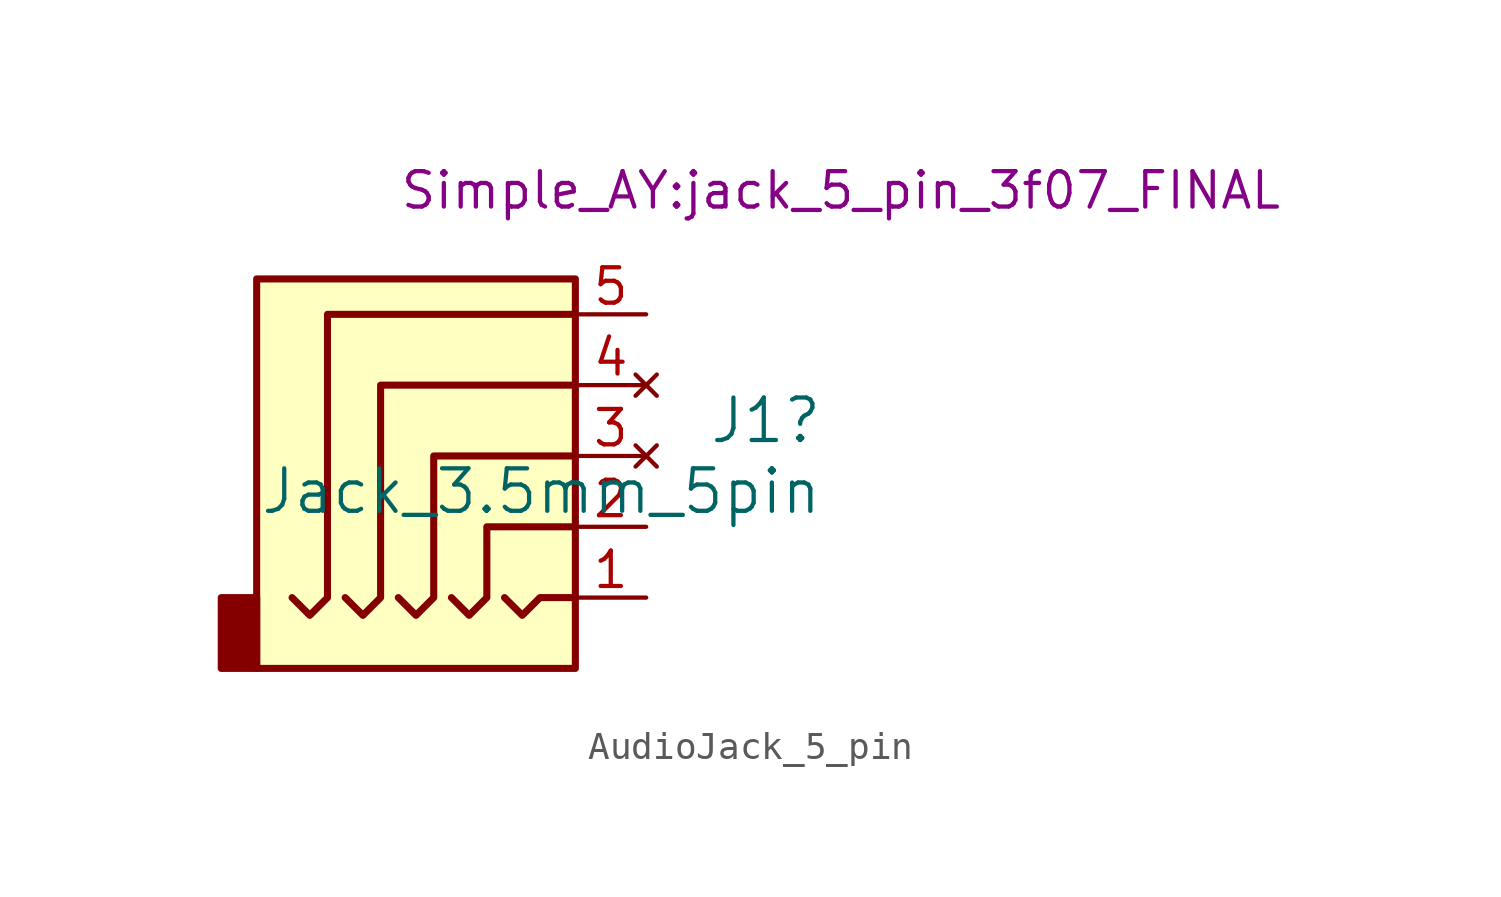
<source format=kicad_sym>
(kicad_symbol_lib
  (version 20220914)
  (generator kicad_symbol_editor)
  (symbol "AudioJack_5_pin"
    (property "Reference" "J1"
      (at 11.43 1.27 0)
      (effects (font (size 1.524 1.524)) (justify right)))
    (property "Value" "Jack_3.5mm_5pin"
      (at 11.43 -1.27 0)
      (effects (font (size 1.524 1.524)) (justify right)))
    (property "Footprint" "Simple_AY:jack_5_pin_3f07_FINAL"
      (at 12.065 9.525 0)
      (effects (font (size 1.27 1.27))))
    (symbol "AudioJack_5_pin_0_1"
      (rectangle (start -8.89 -5.08) (end -10.16 -7.62) (stroke (width 0.254) (type default)) (fill (type outline)))
      (polyline (pts (xy 0 -5.08) (xy 0.635 -5.715) (xy 1.27 -5.08) (xy 2.54 -5.08)) (stroke (width 0.254) (type default)) (fill (type none)))
      (polyline (pts (xy -5.715 -5.08) (xy -5.08 -5.715) (xy -4.445 -5.08) (xy -4.445 2.54) (xy 2.54 2.54)) (stroke (width 0.254) (type default)) (fill (type none)))
      (polyline (pts (xy -1.905 -5.08) (xy -1.27 -5.715) (xy -0.635 -5.08) (xy -0.635 -2.54) (xy 2.54 -2.54)) (stroke (width 0.254) (type default)) (fill (type none)))
      (polyline (pts (xy 2.54 0) (xy -2.54 0) (xy -2.54 -5.08) (xy -3.175 -5.715) (xy -3.81 -5.08)) (stroke (width 0.254) (type default)) (fill (type none)))
      (polyline (pts (xy 2.54 5.08) (xy -6.35 5.08) (xy -6.35 -5.08) (xy -6.985 -5.715) (xy -7.62 -5.08)) (stroke (width 0.254) (type default)) (fill (type none)))
      (rectangle (start 2.54 6.35) (end -8.89 -7.62) (stroke (width 0.254) (type default)) (fill (type background))))
    (symbol "AudioJack_5_pin_1_1"
      (pin passive line (at 5.08 -5.08 180) (length 2.54) (name "~" (effects (font (size 1.27 1.27)))) (number "1" (effects (font (size 1.27 1.27)))))
      (pin passive line (at 5.08 -2.54 180) (length 2.54) (name "" (effects (font (size 1.27 1.27)))) (number "2" (effects (font (size 1.27 1.27)))))
      (pin no_connect line (at 5.08 0 180) (length 2.54) (name "" (effects (font (size 1.27 1.27)))) (number "3" (effects (font (size 1.27 1.27)))))
      (pin no_connect line (at 5.08 2.54 180) (length 2.54) (name "" (effects (font (size 1.27 1.27)))) (number "4" (effects (font (size 1.27 1.27)))))
      (pin passive line (at 5.08 5.08 180) (length 2.54) (name "" (effects (font (size 1.27 1.27)))) (number "5" (effects (font (size 1.27 1.27))))))))
</source>
